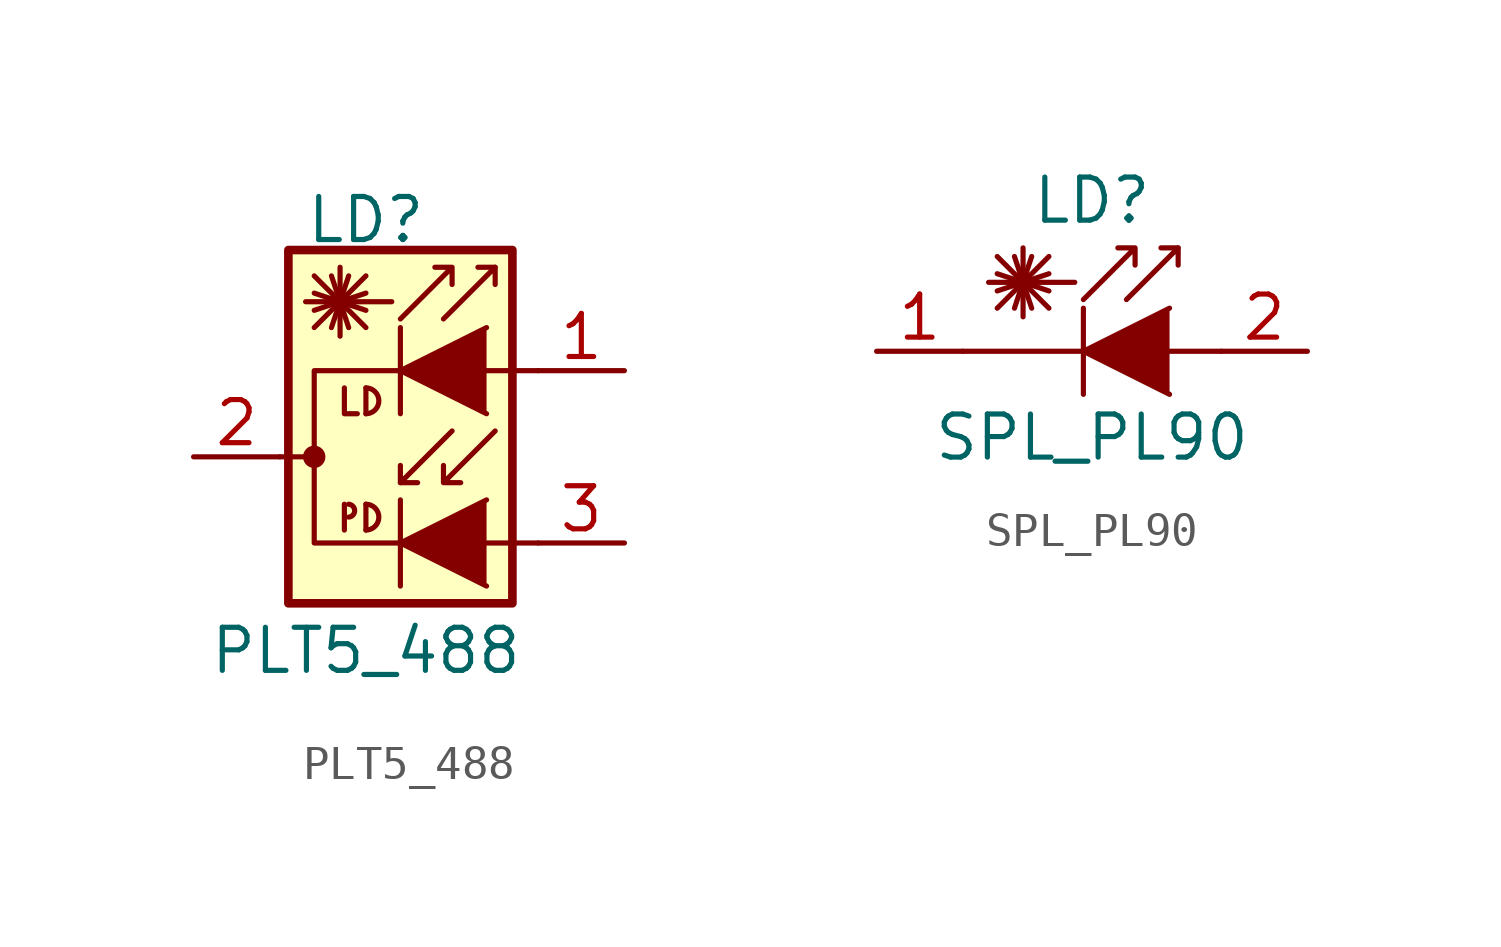
<source format=kicad_sym>
(kicad_symbol_lib
  (version 20211014)
  (generator kicad_symbol_editor)
  (symbol "PLT5_488"
    (pin_names
      (offset 1.016) hide)
    (property "Reference" "LD"
      (at 0 6.985 0)
      (effects (font (size 1.27 1.27))))
    (property "Value" "PLT5_488"
      (at 0 -5.715 0)
      (effects (font (size 1.27 1.27))))
    (symbol "PLT5_488_0_1"
      (circle (center -1.524 0) (radius 0.254) (stroke (width 0) (type default) (color 0 0 0 0)) (fill (type outline)))
      (arc (start -0.508 -1.778) (mid -0.3302 -1.6002) (end -0.508 -1.397) (stroke (width 0) (type default) (color 0 0 0 0)) (fill (type none)))
      (arc (start 0 -2.159) (mid 0.381 -1.778) (end 0 -1.397) (stroke (width 0) (type default) (color 0 0 0 0)) (fill (type none)))
      (polyline (pts (xy -2.54 0) (xy -1.524 0)) (stroke (width 0) (type default) (color 0 0 0 0)) (fill (type none)))
      (polyline (pts (xy -1.524 3.81) (xy 0 5.334)) (stroke (width 0) (type default) (color 0 0 0 0)) (fill (type none)))
      (polyline (pts (xy -1.524 4.318) (xy 0 4.826)) (stroke (width 0) (type default) (color 0 0 0 0)) (fill (type none)))
      (polyline (pts (xy -1.524 4.826) (xy 0 4.318)) (stroke (width 0) (type default) (color 0 0 0 0)) (fill (type none)))
      (polyline (pts (xy -1.524 5.334) (xy 0 3.81)) (stroke (width 0) (type default) (color 0 0 0 0)) (fill (type none)))
      (polyline (pts (xy -1.016 5.334) (xy -0.508 3.81)) (stroke (width 0) (type default) (color 0 0 0 0)) (fill (type none)))
      (polyline (pts (xy -0.762 4.572) (xy -0.762 3.556)) (stroke (width 0) (type default) (color 0 0 0 0)) (fill (type none)))
      (polyline (pts (xy -0.762 4.572) (xy -0.762 5.588)) (stroke (width 0) (type default) (color 0 0 0 0)) (fill (type none)))
      (polyline (pts (xy -0.635 -1.397) (xy -0.635 -2.159)) (stroke (width 0) (type default) (color 0 0 0 0)) (fill (type none)))
      (polyline (pts (xy -0.508 5.334) (xy -1.016 3.81)) (stroke (width 0) (type default) (color 0 0 0 0)) (fill (type none)))
      (polyline (pts (xy 0 -1.397) (xy 0 -2.159)) (stroke (width 0) (type default) (color 0 0 0 0)) (fill (type none)))
      (polyline (pts (xy 0 2.032) (xy 0 1.27)) (stroke (width 0) (type default) (color 0 0 0 0)) (fill (type none)))
      (polyline (pts (xy 0.762 4.572) (xy -1.778 4.572)) (stroke (width 0) (type default) (color 0 0 0 0)) (fill (type none)))
      (polyline (pts (xy 1.016 -1.27) (xy 1.016 -3.81)) (stroke (width 0.152) (type default) (color 0 0 0 0)) (fill (type none)))
      (polyline (pts (xy 1.016 -0.762) (xy 1.524 -0.762)) (stroke (width 0) (type default) (color 0 0 0 0)) (fill (type none)))
      (polyline (pts (xy 1.016 3.81) (xy 1.016 1.27)) (stroke (width 0.152) (type default) (color 0 0 0 0)) (fill (type none)))
      (polyline (pts (xy 3.81 5.588) (xy 3.302 5.588)) (stroke (width 0) (type default) (color 0 0 0 0)) (fill (type none)))
      (polyline (pts (xy -0.635 2.032) (xy -0.635 1.27) (xy -0.254 1.27)) (stroke (width 0) (type default) (color 0 0 0 0)) (fill (type none)))
      (polyline (pts (xy 2.286 4.064) (xy 3.81 5.588) (xy 3.81 5.08)) (stroke (width 0) (type default) (color 0 0 0 0)) (fill (type none)))
      (polyline (pts (xy 2.54 0.762) (xy 1.016 -0.762) (xy 1.016 -0.254)) (stroke (width 0) (type default) (color 0 0 0 0)) (fill (type none)))
      (polyline (pts (xy 3.556 -1.27) (xy 1.016 -2.54) (xy 3.556 -3.81)) (stroke (width 0) (type default) (color 0 0 0 0)) (fill (type outline)))
      (polyline (pts (xy 3.556 3.81) (xy 1.016 2.54) (xy 3.556 1.27)) (stroke (width 0) (type default) (color 0 0 0 0)) (fill (type outline)))
      (polyline (pts (xy 5.08 2.54) (xy -1.524 2.54) (xy -1.524 -2.54) (xy 5.08 -2.54)) (stroke (width 0) (type default) (color 0 0 0 0)) (fill (type none)))
      (polyline (pts (xy 1.016 4.064) (xy 2.54 5.588) (xy 2.54 5.08) (xy 2.54 5.588) (xy 2.032 5.588)) (stroke (width 0) (type default) (color 0 0 0 0)) (fill (type none)))
      (polyline (pts (xy 3.81 0.762) (xy 2.286 -0.762) (xy 2.286 -0.254) (xy 2.286 -0.762) (xy 2.794 -0.762)) (stroke (width 0) (type default) (color 0 0 0 0)) (fill (type none)))
      (arc (start 0 1.27) (mid 0.381 1.651) (end 0 2.032) (stroke (width 0) (type default) (color 0 0 0 0)) (fill (type none)))
      (rectangle (start 4.318 6.096) (end -2.286 -4.318) (stroke (width 0.254) (type default) (color 0 0 0 0)) (fill (type background))))
    (symbol "PLT5_488_1_1"
      (pin passive line (at 7.62 2.54 180) (length 2.54) (name "~" (effects (font (size 1.27 1.27)))) (number "1" (effects (font (size 1.27 1.27)))))
      (pin passive line (at -5.08 0 0) (length 2.54) (name "~" (effects (font (size 1.27 1.27)))) (number "2" (effects (font (size 1.27 1.27)))))
      (pin passive line (at 7.62 -2.54 180) (length 2.54) (name "~" (effects (font (size 1.27 1.27)))) (number "3" (effects (font (size 1.27 1.27)))))))
  (symbol "SPL_PL90"
    (pin_names
      (offset 1.016) hide)
    (property "Reference" "LD"
      (at -1.27 4.445 0)
      (effects (font (size 1.27 1.27))))
    (property "Value" "SPL_PL90"
      (at -1.27 -2.54 0)
      (effects (font (size 1.27 1.27))))
    (symbol "SPL_PL90_0_1"
      (polyline (pts (xy -4.064 1.27) (xy -2.54 2.794)) (stroke (width 0) (type default) (color 0 0 0 0)) (fill (type none)))
      (polyline (pts (xy -4.064 1.778) (xy -2.54 2.286)) (stroke (width 0) (type default) (color 0 0 0 0)) (fill (type none)))
      (polyline (pts (xy -4.064 2.286) (xy -2.54 1.778)) (stroke (width 0) (type default) (color 0 0 0 0)) (fill (type none)))
      (polyline (pts (xy -4.064 2.794) (xy -2.54 1.27)) (stroke (width 0) (type default) (color 0 0 0 0)) (fill (type none)))
      (polyline (pts (xy -3.556 2.794) (xy -3.048 1.27)) (stroke (width 0) (type default) (color 0 0 0 0)) (fill (type none)))
      (polyline (pts (xy -3.302 2.032) (xy -3.302 1.016)) (stroke (width 0) (type default) (color 0 0 0 0)) (fill (type none)))
      (polyline (pts (xy -3.302 2.032) (xy -3.302 3.048)) (stroke (width 0) (type default) (color 0 0 0 0)) (fill (type none)))
      (polyline (pts (xy -3.048 2.794) (xy -3.556 1.27)) (stroke (width 0) (type default) (color 0 0 0 0)) (fill (type none)))
      (polyline (pts (xy -1.778 2.032) (xy -4.318 2.032)) (stroke (width 0) (type default) (color 0 0 0 0)) (fill (type none)))
      (polyline (pts (xy -1.524 1.27) (xy -1.524 -1.27)) (stroke (width 0.152) (type default) (color 0 0 0 0)) (fill (type none)))
      (polyline (pts (xy 1.27 3.048) (xy 0.762 3.048)) (stroke (width 0) (type default) (color 0 0 0 0)) (fill (type none)))
      (polyline (pts (xy 2.54 0) (xy -5.08 0)) (stroke (width 0) (type default) (color 0 0 0 0)) (fill (type none)))
      (polyline (pts (xy -0.254 1.524) (xy 1.27 3.048) (xy 1.27 2.54)) (stroke (width 0) (type default) (color 0 0 0 0)) (fill (type none)))
      (polyline (pts (xy 1.016 1.27) (xy -1.524 0) (xy 1.016 -1.27)) (stroke (width 0) (type default) (color 0 0 0 0)) (fill (type outline)))
      (polyline (pts (xy -1.524 1.524) (xy 0 3.048) (xy 0 2.54) (xy 0 3.048) (xy -0.508 3.048)) (stroke (width 0) (type default) (color 0 0 0 0)) (fill (type none))))
    (symbol "SPL_PL90_1_1"
      (pin passive line (at -7.62 0 0) (length 2.54) (name "C" (effects (font (size 1.27 1.27)))) (number "1" (effects (font (size 1.27 1.27)))))
      (pin passive line (at 5.08 0 180) (length 2.54) (name "A" (effects (font (size 1.27 1.27)))) (number "2" (effects (font (size 1.27 1.27))))))))
</source>
